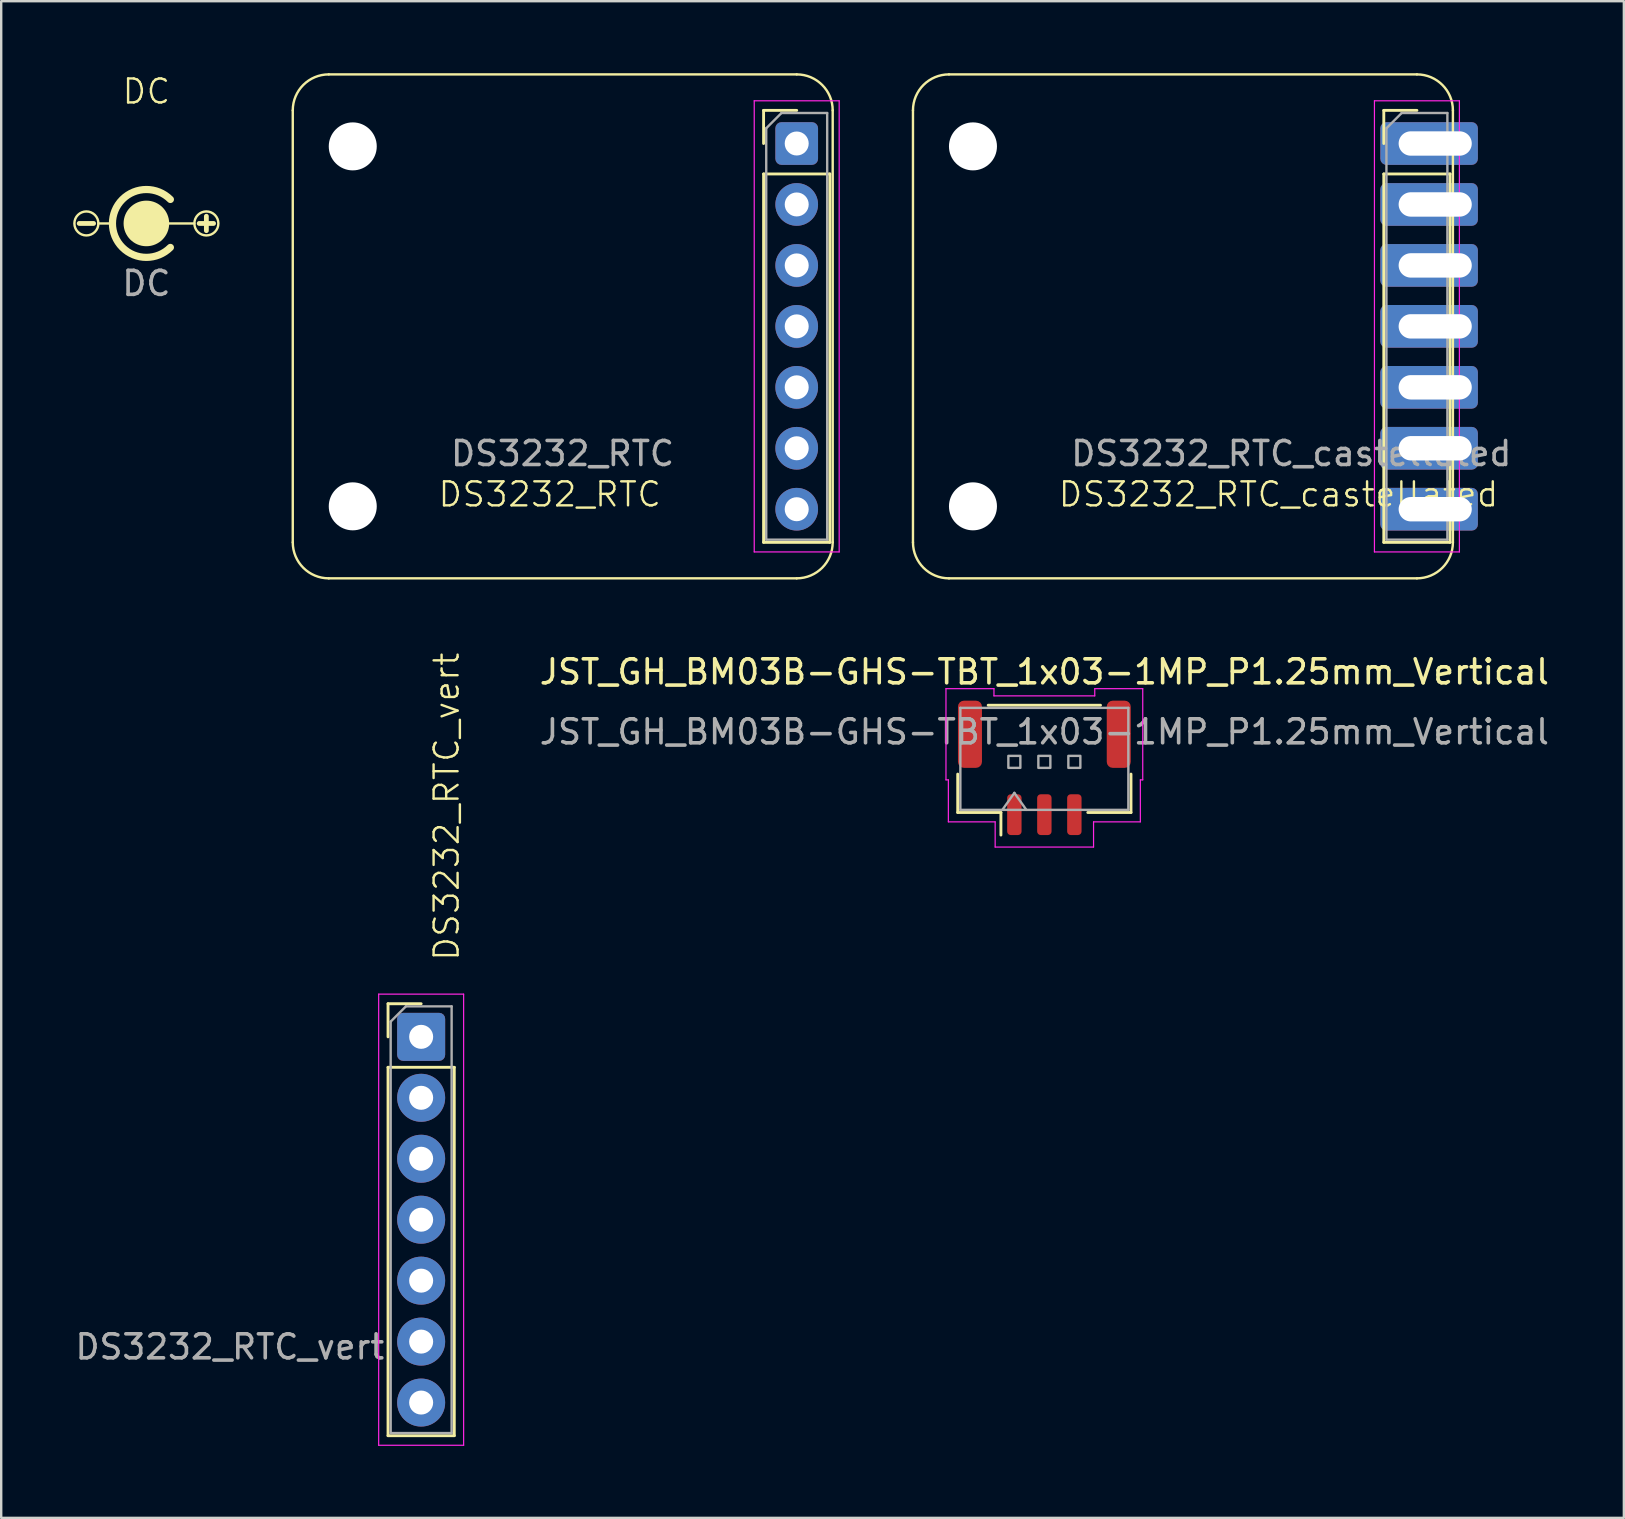
<source format=kicad_pcb>
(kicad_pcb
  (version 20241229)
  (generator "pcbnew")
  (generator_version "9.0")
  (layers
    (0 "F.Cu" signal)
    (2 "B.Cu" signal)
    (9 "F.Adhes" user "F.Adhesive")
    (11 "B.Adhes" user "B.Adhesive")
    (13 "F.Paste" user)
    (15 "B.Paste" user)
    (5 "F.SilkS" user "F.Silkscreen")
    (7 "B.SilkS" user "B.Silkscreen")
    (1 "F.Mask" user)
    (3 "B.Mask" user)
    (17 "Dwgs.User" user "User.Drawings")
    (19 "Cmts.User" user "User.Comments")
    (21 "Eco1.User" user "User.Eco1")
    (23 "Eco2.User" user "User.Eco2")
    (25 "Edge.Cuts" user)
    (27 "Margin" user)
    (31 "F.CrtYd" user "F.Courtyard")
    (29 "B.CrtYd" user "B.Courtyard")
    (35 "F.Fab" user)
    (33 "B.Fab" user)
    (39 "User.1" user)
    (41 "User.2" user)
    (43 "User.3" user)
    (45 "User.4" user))
  (footprint "JST_GH_BM03B-GHS-TBT_1x03-1MP_P1.25mm_Vertical"
    (layer "F.Cu")
    (at 40.47 28.948)
    (property "Reference" "JST_GH_BM03B-GHS-TBT_1x03-1MP_P1.25mm_Vertical" (at 0 -4 0) (layer "F.SilkS") (effects (font (size 1 1) (thickness 0.15))))
    (attr smd)
    (fp_line (start -3.61 0.26) (end -3.61 1.86) (stroke (width 0.12) (type solid)) (layer "F.SilkS"))
    (fp_line (start -3.61 1.86) (end -1.81 1.86) (stroke (width 0.12) (type solid)) (layer "F.SilkS"))
    (fp_line (start -2.34 -2.61) (end 2.34 -2.61) (stroke (width 0.12) (type solid)) (layer "F.SilkS"))
    (fp_line (start -1.81 1.86) (end -1.81 2.8) (stroke (width 0.12) (type solid)) (layer "F.SilkS"))
    (fp_line (start 3.61 0.26) (end 3.61 1.86) (stroke (width 0.12) (type solid)) (layer "F.SilkS"))
    (fp_line (start 3.61 1.86) (end 1.81 1.86) (stroke (width 0.12) (type solid)) (layer "F.SilkS"))
    (fp_line (start -4.1 -3.3) (end -2.1 -3.3) (stroke (width 0.05) (type solid)) (layer "F.CrtYd"))
    (fp_line (start -4.1 0.5) (end -4.1 -3.3) (stroke (width 0.05) (type solid)) (layer "F.CrtYd"))
    (fp_line (start -4 0.5) (end -4.1 0.5) (stroke (width 0.05) (type solid)) (layer "F.CrtYd"))
    (fp_line (start -4 2.25) (end -4 0.5) (stroke (width 0.05) (type solid)) (layer "F.CrtYd"))
    (fp_line (start -2.1 -3.3) (end -2.1 -3) (stroke (width 0.05) (type solid)) (layer "F.CrtYd"))
    (fp_line (start -2.1 -3) (end 2.1 -3) (stroke (width 0.05) (type solid)) (layer "F.CrtYd"))
    (fp_line (start -2.05 2.25) (end -4 2.25) (stroke (width 0.05) (type solid)) (layer "F.CrtYd"))
    (fp_line (start -2.05 3.3) (end -2.05 2.25) (stroke (width 0.05) (type solid)) (layer "F.CrtYd"))
    (fp_line (start 2.05 2.25) (end 2.05 3.3) (stroke (width 0.05) (type solid)) (layer "F.CrtYd"))
    (fp_line (start 2.05 3.3) (end -2.05 3.3) (stroke (width 0.05) (type solid)) (layer "F.CrtYd"))
    (fp_line (start 2.1 -3.3) (end 4.1 -3.3) (stroke (width 0.05) (type solid)) (layer "F.CrtYd"))
    (fp_line (start 2.1 -3) (end 2.1 -3.3) (stroke (width 0.05) (type solid)) (layer "F.CrtYd"))
    (fp_line (start 4 0.5) (end 4 2.25) (stroke (width 0.05) (type solid)) (layer "F.CrtYd"))
    (fp_line (start 4 2.25) (end 2.05 2.25) (stroke (width 0.05) (type solid)) (layer "F.CrtYd"))
    (fp_line (start 4.1 -3.3) (end 4.1 0.5) (stroke (width 0.05) (type solid)) (layer "F.CrtYd"))
    (fp_line (start 4.1 0.5) (end 4 0.5) (stroke (width 0.05) (type solid)) (layer "F.CrtYd"))
    (fp_line (start -3.5 -2.5) (end 3.5 -2.5) (stroke (width 0.1) (type solid)) (layer "F.Fab"))
    (fp_line (start -3.5 1.75) (end -3.5 -2.5) (stroke (width 0.1) (type solid)) (layer "F.Fab"))
    (fp_line (start -3.5 1.75) (end 3.5 1.75) (stroke (width 0.1) (type solid)) (layer "F.Fab"))
    (fp_line (start -1.75 1.75) (end -1.25 1.043) (stroke (width 0.1) (type solid)) (layer "F.Fab"))
    (fp_line (start -1.25 1.043) (end -0.75 1.75) (stroke (width 0.1) (type solid)) (layer "F.Fab"))
    (fp_line (start 3.5 1.75) (end 3.5 -2.5) (stroke (width 0.1) (type solid)) (layer "F.Fab"))
    (fp_rect (start -1.5 -0.5) (end -1 0) (stroke (width 0.1) (type solid)) (fill no) (layer "F.Fab"))
    (fp_rect (start -0.25 -0.5) (end 0.25 0) (stroke (width 0.1) (type solid)) (fill no) (layer "F.Fab"))
    (fp_rect (start 1 -0.5) (end 1.5 0) (stroke (width 0.1) (type solid)) (fill no) (layer "F.Fab"))
    (fp_text user "${REFERENCE}" (at 0 -1.5 0) (layer "F.Fab") (effects (font (size 1 1) (thickness 0.15))))
    (pad "1" smd roundrect (at -1.25 1.95) (size 0.6 1.7) (layers "F.Cu" "F.Mask" "F.Paste") (roundrect_rratio 0.25))
    (pad "2" smd roundrect (at 0 1.95) (size 0.6 1.7) (layers "F.Cu" "F.Mask" "F.Paste") (roundrect_rratio 0.25))
    (pad "3" smd roundrect (at 1.25 1.95) (size 0.6 1.7) (layers "F.Cu" "F.Mask" "F.Paste") (roundrect_rratio 0.25))
    (pad "MP" smd roundrect (at -3.1 -1.4) (size 1 2.8) (layers "F.Cu" "F.Mask" "F.Paste") (roundrect_rratio 0.25))
    (pad "MP" smd roundrect (at 3.1 -1.4) (size 1 2.8) (layers "F.Cu" "F.Mask" "F.Paste") (roundrect_rratio 0.25)))
  (footprint "DS3232_RTC"
    (layer "F.Cu")
    (at 30.15 10.55)
    (property "Reference" "DS3232_RTC" (at -15 7 0) (unlocked yes) (layer "F.SilkS") (effects (font (size 1 1) (thickness 0.1)) (justify left)))
    (attr smd)
    (fp_line (start -21 -9) (end -21 9) (stroke (width 0.1) (type solid)) (layer "F.SilkS"))
    (fp_line (start -1.38 -9) (end 0 -9) (stroke (width 0.12) (type solid)) (layer "F.SilkS"))
    (fp_line (start -1.38 -7.62) (end -1.38 -9) (stroke (width 0.12) (type solid)) (layer "F.SilkS"))
    (fp_line (start -1.38 -6.35) (end -1.38 9) (stroke (width 0.12) (type solid)) (layer "F.SilkS"))
    (fp_line (start -1.38 -6.35) (end 1.38 -6.35) (stroke (width 0.12) (type solid)) (layer "F.SilkS"))
    (fp_line (start -1.38 9) (end 1.38 9) (stroke (width 0.12) (type solid)) (layer "F.SilkS"))
    (fp_line (start 0 -10.5) (end -19.5 -10.5) (stroke (width 0.1) (type solid)) (layer "F.SilkS"))
    (fp_line (start 0 10.5) (end -19.5 10.5) (stroke (width 0.1) (type solid)) (layer "F.SilkS"))
    (fp_line (start 1.38 -6.35) (end 1.38 9) (stroke (width 0.12) (type solid)) (layer "F.SilkS"))
    (fp_line (start 1.5 -9) (end 1.5 9) (stroke (width 0.1) (type solid)) (layer "F.SilkS"))
    (fp_arc (start -21 -9) (mid -20.56066 -10.06066) (end -19.5 -10.5) (stroke (width 0.1) (type default)) (layer "F.SilkS"))
    (fp_arc (start -19.5 10.5) (mid -20.56066 10.06066) (end -21 9) (stroke (width 0.1) (type default)) (layer "F.SilkS"))
    (fp_arc (start 0 -10.5) (mid 1.06066 -10.06066) (end 1.5 -9) (stroke (width 0.1) (type default)) (layer "F.SilkS"))
    (fp_arc (start 1.5 9) (mid 1.06066 10.06066) (end 0 10.5) (stroke (width 0.1) (type default)) (layer "F.SilkS"))
    (fp_line (start -1.77 -9.4) (end -1.77 9.4) (stroke (width 0.05) (type solid)) (layer "F.CrtYd"))
    (fp_line (start -1.77 9.4) (end 1.77 9.4) (stroke (width 0.05) (type solid)) (layer "F.CrtYd"))
    (fp_line (start 1.77 -9.4) (end -1.77 -9.4) (stroke (width 0.05) (type solid)) (layer "F.CrtYd"))
    (fp_line (start 1.77 9.4) (end 1.77 -9.4) (stroke (width 0.05) (type solid)) (layer "F.CrtYd"))
    (fp_line (start -1.27 -8.255) (end -0.635 -8.89) (stroke (width 0.1) (type solid)) (layer "F.Fab"))
    (fp_line (start -1.27 8.89) (end -1.27 -8.255) (stroke (width 0.1) (type solid)) (layer "F.Fab"))
    (fp_line (start -0.635 -8.89) (end 1.27 -8.89) (stroke (width 0.1) (type solid)) (layer "F.Fab"))
    (fp_line (start 1.27 -8.89) (end 1.27 8.89) (stroke (width 0.1) (type solid)) (layer "F.Fab"))
    (fp_line (start 1.27 8.89) (end -1.27 8.89) (stroke (width 0.1) (type solid)) (layer "F.Fab"))
    (fp_text user "${REFERENCE}" (at -14.5 5.3 0) (unlocked yes) (layer "F.Fab") (effects (font (size 1 1) (thickness 0.15)) (justify left)))
    (pad "" np_thru_hole circle (at -18.5 -7.5) (size 2 2) (drill 2) (layers "*.Cu" "*.Mask"))
    (pad "" np_thru_hole circle (at -18.5 7.5) (size 2 2) (drill 2) (layers "*.Cu" "*.Mask"))
    (pad "1" thru_hole roundrect (at 0 -7.62) (size 1.778 1.778) (drill 1) (layers "*.Cu" "*.Mask") (roundrect_rratio 0.143))
    (pad "2" thru_hole circle (at 0 -5.08) (size 1.778 1.778) (drill 1) (layers "*.Cu" "*.Mask"))
    (pad "3" thru_hole circle (at 0 -2.54) (size 1.778 1.778) (drill 1) (layers "*.Cu" "*.Mask"))
    (pad "4" thru_hole circle (at 0 0) (size 1.778 1.778) (drill 1) (layers "*.Cu" "*.Mask"))
    (pad "5" thru_hole circle (at 0 2.54) (size 1.778 1.778) (drill 1) (layers "*.Cu" "*.Mask"))
    (pad "6" thru_hole circle (at 0 5.08) (size 1.778 1.778) (drill 1) (layers "*.Cu" "*.Mask"))
    (pad "7" thru_hole circle (at 0 7.62) (size 1.778 1.778) (drill 1) (layers "*.Cu" "*.Mask")))
  (footprint "DC"
    (layer "F.Cu")
    (at 3.05 6.261)
    (property "Reference" "DC" (at 0 -5.5 0) (unlocked yes) (layer "F.SilkS") (effects (font (size 1 1) (thickness 0.1))))
    (attr smd)
    (fp_line (start -2.2 0) (end -2.8 0) (stroke (width 0.2) (type solid)) (layer "F.SilkS"))
    (fp_line (start -1.414 0) (end -2 0) (stroke (width 0.1) (type default)) (layer "F.SilkS"))
    (fp_line (start 0 0) (end 2 0) (stroke (width 0.1) (type default)) (layer "F.SilkS"))
    (fp_line (start 2.2 0) (end 2.8 0) (stroke (width 0.2) (type solid)) (layer "F.SilkS"))
    (fp_line (start 2.5 -0.3) (end 2.5 0.3) (stroke (width 0.2) (type solid)) (layer "F.SilkS"))
    (fp_arc (start 1 1) (mid -1.414214 0) (end 1 -1) (stroke (width 0.3) (type solid)) (layer "F.SilkS"))
    (fp_circle (center -2.5 0) (end -2 0) (stroke (width 0.1) (type default)) (fill no) (layer "F.SilkS"))
    (fp_circle (center 0 0) (end 0.9 0) (stroke (width 0.1) (type solid)) (fill yes) (layer "F.SilkS"))
    (fp_circle (center 2.5 0) (end 2 0) (stroke (width 0.1) (type default)) (fill no) (layer "F.SilkS"))
    (fp_text user "${REFERENCE}" (at 0 2.5 0) (unlocked yes) (layer "F.Fab") (effects (font (size 1 1) (thickness 0.15)))))
  (footprint "DS3232_RTC_castellated"
    (layer "F.Cu")
    (at 55.995 10.55)
    (property "Reference" "DS3232_RTC_castellated" (at -15 7 0) (unlocked yes) (layer "F.SilkS") (effects (font (size 1 1) (thickness 0.1)) (justify left)))
    (attr smd)
    (fp_line (start -21 -9) (end -21 9) (stroke (width 0.1) (type solid)) (layer "F.SilkS"))
    (fp_line (start -1.38 -9) (end 0 -9) (stroke (width 0.12) (type solid)) (layer "F.SilkS"))
    (fp_line (start -1.38 -7.62) (end -1.38 -9) (stroke (width 0.12) (type solid)) (layer "F.SilkS"))
    (fp_line (start -1.38 -6.35) (end -1.38 9) (stroke (width 0.12) (type solid)) (layer "F.SilkS"))
    (fp_line (start -1.38 -6.35) (end 1.38 -6.35) (stroke (width 0.12) (type solid)) (layer "F.SilkS"))
    (fp_line (start -1.38 9) (end 1.38 9) (stroke (width 0.12) (type solid)) (layer "F.SilkS"))
    (fp_line (start 0 -10.5) (end -19.5 -10.5) (stroke (width 0.1) (type solid)) (layer "F.SilkS"))
    (fp_line (start 0 10.5) (end -19.5 10.5) (stroke (width 0.1) (type solid)) (layer "F.SilkS"))
    (fp_line (start 1.38 -6.35) (end 1.38 9) (stroke (width 0.12) (type solid)) (layer "F.SilkS"))
    (fp_line (start 1.5 -9) (end 1.5 9) (stroke (width 0.1) (type solid)) (layer "F.SilkS"))
    (fp_arc (start -21 -9) (mid -20.56066 -10.06066) (end -19.5 -10.5) (stroke (width 0.1) (type default)) (layer "F.SilkS"))
    (fp_arc (start -19.5 10.5) (mid -20.56066 10.06066) (end -21 9) (stroke (width 0.1) (type default)) (layer "F.SilkS"))
    (fp_arc (start 0 -10.5) (mid 1.06066 -10.06066) (end 1.5 -9) (stroke (width 0.1) (type default)) (layer "F.SilkS"))
    (fp_arc (start 1.5 9) (mid 1.06066 10.06066) (end 0 10.5) (stroke (width 0.1) (type default)) (layer "F.SilkS"))
    (fp_line (start -1.77 -9.4) (end -1.77 9.4) (stroke (width 0.05) (type solid)) (layer "F.CrtYd"))
    (fp_line (start -1.77 9.4) (end 1.77 9.4) (stroke (width 0.05) (type solid)) (layer "F.CrtYd"))
    (fp_line (start 1.77 -9.4) (end -1.77 -9.4) (stroke (width 0.05) (type solid)) (layer "F.CrtYd"))
    (fp_line (start 1.77 9.4) (end 1.77 -9.4) (stroke (width 0.05) (type solid)) (layer "F.CrtYd"))
    (fp_line (start -1.27 -8.255) (end -0.635 -8.89) (stroke (width 0.1) (type solid)) (layer "F.Fab"))
    (fp_line (start -1.27 8.89) (end -1.27 -8.255) (stroke (width 0.1) (type solid)) (layer "F.Fab"))
    (fp_line (start -0.635 -8.89) (end 1.27 -8.89) (stroke (width 0.1) (type solid)) (layer "F.Fab"))
    (fp_line (start 1.27 -8.89) (end 1.27 8.89) (stroke (width 0.1) (type solid)) (layer "F.Fab"))
    (fp_line (start 1.27 8.89) (end -1.27 8.89) (stroke (width 0.1) (type solid)) (layer "F.Fab"))
    (fp_text user "${REFERENCE}" (at -14.5 5.3 0) (unlocked yes) (layer "F.Fab") (effects (font (size 1 1) (thickness 0.15)) (justify left)))
    (pad "" np_thru_hole circle (at -18.5 -7.5) (size 2 2) (drill 2) (layers "*.Cu" "*.Mask"))
    (pad "" np_thru_hole circle (at -18.5 7.5) (size 2 2) (drill 2) (layers "*.Cu" "*.Mask"))
    (pad "1" thru_hole roundrect (at 0.762 -7.62) (size 4.064 1.778) (drill oval 3.048 1.016 (offset -0.254 0)) (layers "*.Cu" "*.Mask") (roundrect_rratio 0.143))
    (pad "2" thru_hole roundrect (at 0.762 -5.08) (size 4.064 1.778) (drill oval 3.048 1.016 (offset -0.254 0)) (layers "*.Cu" "*.Mask") (roundrect_rratio 0.143))
    (pad "3" thru_hole roundrect (at 0.762 -2.54) (size 4.064 1.778) (drill oval 3.048 1.016 (offset -0.254 0)) (layers "*.Cu" "*.Mask") (roundrect_rratio 0.143))
    (pad "4" thru_hole roundrect (at 0.762 0) (size 4.064 1.778) (drill oval 3.048 1.016 (offset -0.254 0)) (layers "*.Cu" "*.Mask") (roundrect_rratio 0.143))
    (pad "5" thru_hole roundrect (at 0.762 2.54) (size 4.064 1.778) (drill oval 3.048 1.016 (offset -0.254 0)) (layers "*.Cu" "*.Mask") (roundrect_rratio 0.143))
    (pad "6" thru_hole roundrect (at 0.762 5.08) (size 4.064 1.778) (drill oval 3.048 1.016 (offset -0.254 0)) (layers "*.Cu" "*.Mask") (roundrect_rratio 0.143))
    (pad "7" thru_hole roundrect (at 0.762 7.62) (size 4.064 1.778) (drill oval 3.048 1.016 (offset -0.254 0)) (layers "*.Cu" "*.Mask") (roundrect_rratio 0.143)))
  (footprint "DS3232_RTC_vert"
    (layer "F.Cu")
    (at 14.5 47.777)
    (property "Reference" "DS3232_RTC_vert" (at 1.061 -10.72 90) (unlocked yes) (layer "F.SilkS") (effects (font (size 1 1) (thickness 0.1)) (justify left)))
    (attr smd)
    (fp_line (start -1.38 -9) (end 0 -9) (stroke (width 0.12) (type solid)) (layer "F.SilkS"))
    (fp_line (start -1.38 -7.62) (end -1.38 -9) (stroke (width 0.12) (type solid)) (layer "F.SilkS"))
    (fp_line (start -1.38 -6.35) (end -1.38 9) (stroke (width 0.12) (type solid)) (layer "F.SilkS"))
    (fp_line (start -1.38 -6.35) (end 1.38 -6.35) (stroke (width 0.12) (type solid)) (layer "F.SilkS"))
    (fp_line (start -1.38 9) (end 1.38 9) (stroke (width 0.12) (type solid)) (layer "F.SilkS"))
    (fp_line (start 1.38 -6.35) (end 1.38 9) (stroke (width 0.12) (type solid)) (layer "F.SilkS"))
    (fp_line (start -1.77 -9.4) (end -1.77 9.4) (stroke (width 0.05) (type solid)) (layer "F.CrtYd"))
    (fp_line (start -1.77 9.4) (end 1.77 9.4) (stroke (width 0.05) (type solid)) (layer "F.CrtYd"))
    (fp_line (start 1.77 -9.4) (end -1.77 -9.4) (stroke (width 0.05) (type solid)) (layer "F.CrtYd"))
    (fp_line (start 1.77 9.4) (end 1.77 -9.4) (stroke (width 0.05) (type solid)) (layer "F.CrtYd"))
    (fp_line (start -1.27 -8.255) (end -0.635 -8.89) (stroke (width 0.1) (type solid)) (layer "F.Fab"))
    (fp_line (start -1.27 8.89) (end -1.27 -8.255) (stroke (width 0.1) (type solid)) (layer "F.Fab"))
    (fp_line (start -0.635 -8.89) (end 1.27 -8.89) (stroke (width 0.1) (type solid)) (layer "F.Fab"))
    (fp_line (start 1.27 -8.89) (end 1.27 8.89) (stroke (width 0.1) (type solid)) (layer "F.Fab"))
    (fp_line (start 1.27 8.89) (end -1.27 8.89) (stroke (width 0.1) (type solid)) (layer "F.Fab"))
    (fp_text user "${REFERENCE}" (at -14.5 5.3 0) (unlocked yes) (layer "F.Fab") (effects (font (size 1 1) (thickness 0.15)) (justify left)))
    (pad "1" thru_hole roundrect (at 0 -7.62) (size 2 2) (drill 1) (layers "*.Cu" "*.Mask") (roundrect_rratio 0.125))
    (pad "2" thru_hole circle (at 0 -5.08) (size 2 2) (drill 1) (layers "*.Cu" "*.Mask"))
    (pad "3" thru_hole circle (at 0 -2.54) (size 2 2) (drill 1) (layers "*.Cu" "*.Mask"))
    (pad "4" thru_hole circle (at 0 0) (size 2 2) (drill 1) (layers "*.Cu" "*.Mask"))
    (pad "5" thru_hole circle (at 0 2.54) (size 2 2) (drill 1) (layers "*.Cu" "*.Mask"))
    (pad "6" thru_hole circle (at 0 5.08) (size 2 2) (drill 1) (layers "*.Cu" "*.Mask"))
    (pad "7" thru_hole circle (at 0 7.62) (size 2 2) (drill 1) (layers "*.Cu" "*.Mask")))
  (gr_rect
    (start -3 -3)
    (end 64.619 60.202)
    (stroke (width 0.1) (type default))
    (fill no)
    (layer "Edge.Cuts")))
</source>
